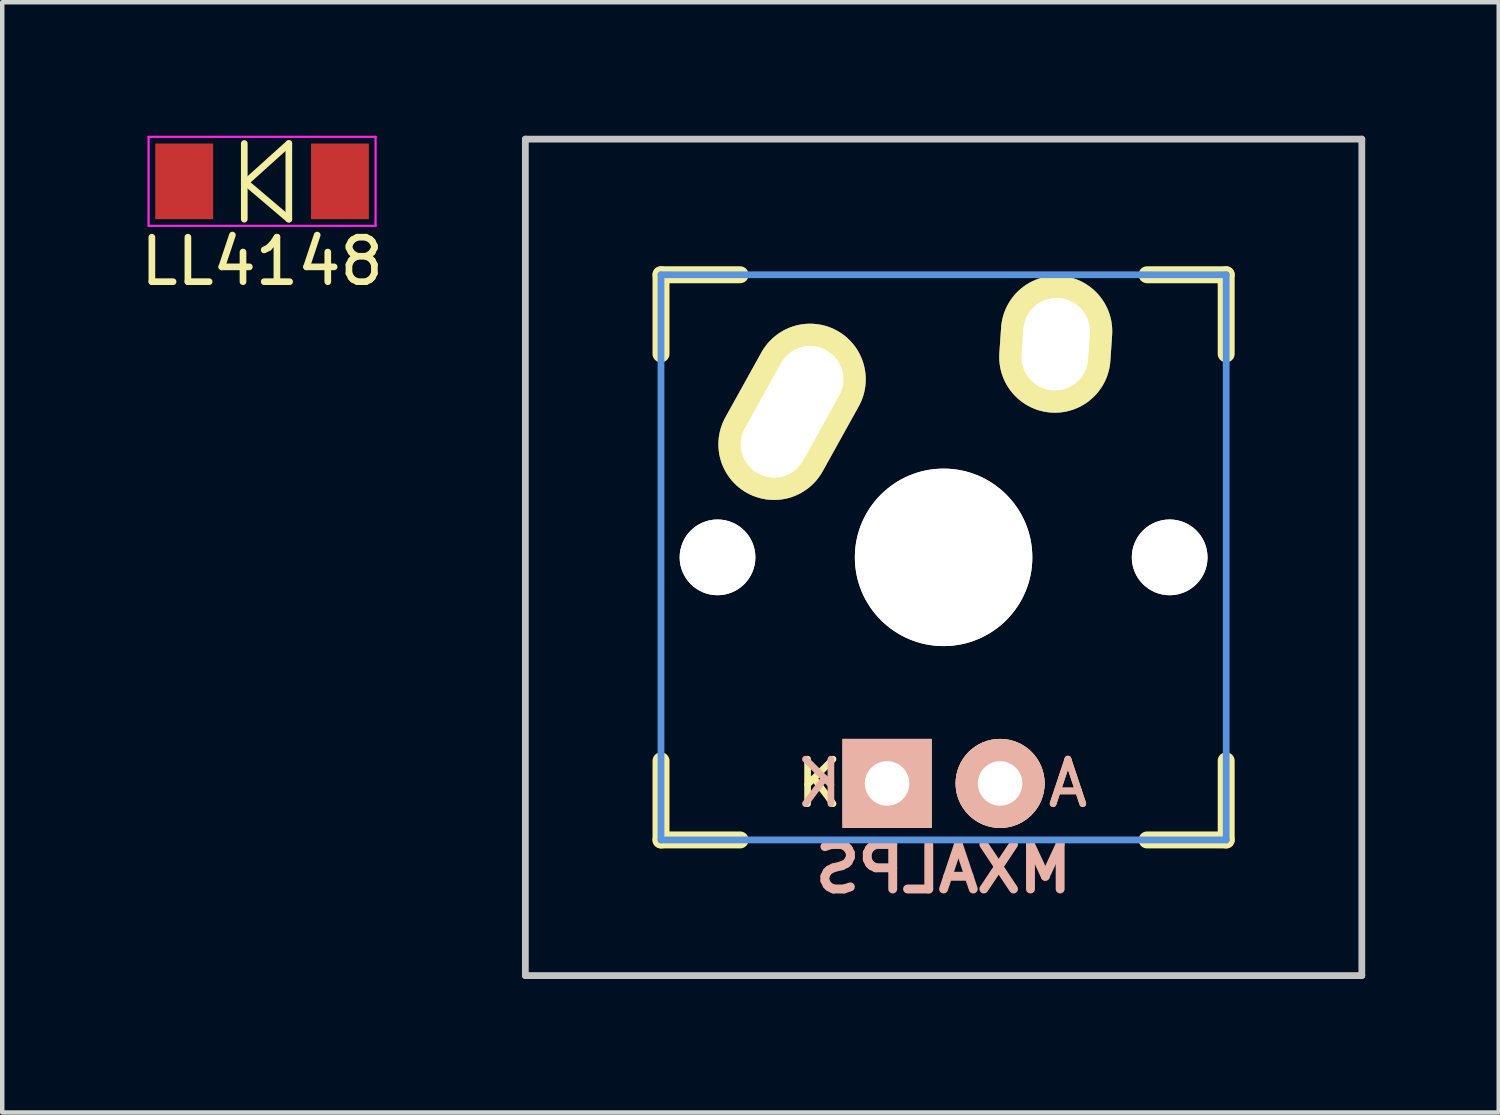
<source format=kicad_pcb>
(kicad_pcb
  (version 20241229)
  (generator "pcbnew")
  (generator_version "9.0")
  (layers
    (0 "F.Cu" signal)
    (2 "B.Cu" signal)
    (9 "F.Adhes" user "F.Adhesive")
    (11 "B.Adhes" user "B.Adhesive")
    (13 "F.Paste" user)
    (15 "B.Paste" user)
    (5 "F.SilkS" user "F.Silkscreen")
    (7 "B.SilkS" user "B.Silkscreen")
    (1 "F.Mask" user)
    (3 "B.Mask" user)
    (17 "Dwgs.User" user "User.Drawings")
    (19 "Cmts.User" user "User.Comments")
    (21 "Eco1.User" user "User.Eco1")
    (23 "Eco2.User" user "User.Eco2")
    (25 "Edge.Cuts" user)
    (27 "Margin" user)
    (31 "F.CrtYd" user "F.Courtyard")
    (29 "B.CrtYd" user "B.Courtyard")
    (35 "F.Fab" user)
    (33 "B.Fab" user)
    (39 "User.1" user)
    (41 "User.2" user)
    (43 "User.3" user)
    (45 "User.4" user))
  (footprint "LL4148"
    (layer "F.Cu")
    (at 2.839 1.025)
    (property "Reference" "LL4148" (at 0 1.8 0) (layer "F.SilkS") (effects (font (size 1 1) (thickness 0.15))))
    (attr smd)
    (fp_line (start -0.4 -0.85) (end -0.4 0.85) (stroke (width 0.15) (type solid)) (layer "F.SilkS"))
    (fp_line (start -0.4 0.051) (end 0.601 -0.85) (stroke (width 0.15) (type solid)) (layer "F.SilkS"))
    (fp_line (start 0.601 -0.85) (end 0.601 0.85) (stroke (width 0.15) (type solid)) (layer "F.SilkS"))
    (fp_line (start 0.601 0.85) (end -0.4 0) (stroke (width 0.15) (type solid)) (layer "F.SilkS"))
    (fp_line (start -2.55 -1) (end 2.55 -1) (stroke (width 0.05) (type solid)) (layer "F.CrtYd"))
    (fp_line (start -2.55 1) (end -2.55 -1) (stroke (width 0.05) (type solid)) (layer "F.CrtYd"))
    (fp_line (start 2.55 -1) (end 2.55 1) (stroke (width 0.05) (type solid)) (layer "F.CrtYd"))
    (fp_line (start 2.55 1) (end -2.55 1) (stroke (width 0.05) (type solid)) (layer "F.CrtYd"))
    (pad "1" smd rect (at -1.75 0) (size 1.3 1.699) (layers "F.Cu" "F.Mask" "F.Paste"))
    (pad "2" smd rect (at 1.75 0) (size 1.3 1.699) (layers "F.Cu" "F.Mask" "F.Paste")))
  (footprint "MXALPS"
    (layer "F.Cu")
    (at 18.153 9.474)
    (property "Reference" "MXALPS" (at 0 7 180) (layer "B.SilkS") (effects (font (size 1 1) (thickness 0.2)) (justify mirror)))
    (attr through_hole)
    (fp_line (start -6.35 -6.35) (end -4.572 -6.35) (stroke (width 0.381) (type solid)) (layer "F.SilkS"))
    (fp_line (start -6.35 -4.572) (end -6.35 -6.35) (stroke (width 0.381) (type solid)) (layer "F.SilkS"))
    (fp_line (start -6.35 6.35) (end -6.35 4.572) (stroke (width 0.381) (type solid)) (layer "F.SilkS"))
    (fp_line (start -4.572 6.35) (end -6.35 6.35) (stroke (width 0.381) (type solid)) (layer "F.SilkS"))
    (fp_line (start 4.572 -6.35) (end 6.35 -6.35) (stroke (width 0.381) (type solid)) (layer "F.SilkS"))
    (fp_line (start 6.35 -6.35) (end 6.35 -4.572) (stroke (width 0.381) (type solid)) (layer "F.SilkS"))
    (fp_line (start 6.35 4.572) (end 6.35 6.35) (stroke (width 0.381) (type solid)) (layer "F.SilkS"))
    (fp_line (start 6.35 6.35) (end 4.572 6.35) (stroke (width 0.381) (type solid)) (layer "F.SilkS"))
    (fp_line (start -9.398 -9.398) (end 9.398 -9.398) (stroke (width 0.152) (type solid)) (layer "Dwgs.User"))
    (fp_line (start -9.398 9.398) (end -9.398 -9.398) (stroke (width 0.152) (type solid)) (layer "Dwgs.User"))
    (fp_line (start 9.398 -9.398) (end 9.398 9.398) (stroke (width 0.152) (type solid)) (layer "Dwgs.User"))
    (fp_line (start 9.398 9.398) (end -9.398 9.398) (stroke (width 0.152) (type solid)) (layer "Dwgs.User"))
    (fp_line (start -6.35 -6.35) (end 6.35 -6.35) (stroke (width 0.152) (type solid)) (layer "Cmts.User"))
    (fp_line (start -6.35 6.35) (end -6.35 -6.35) (stroke (width 0.152) (type solid)) (layer "Cmts.User"))
    (fp_line (start 6.35 -6.35) (end 6.35 6.35) (stroke (width 0.152) (type solid)) (layer "Cmts.User"))
    (fp_line (start 6.35 6.35) (end -6.35 6.35) (stroke (width 0.152) (type solid)) (layer "Cmts.User"))
    (fp_line (start -7.75 -6.4) (end -6.985 -6.4) (stroke (width 0.152) (type solid)) (layer "Eco2.User"))
    (fp_line (start -7.75 6.4) (end -7.75 -6.4) (stroke (width 0.152) (type solid)) (layer "Eco2.User"))
    (fp_line (start -7.75 6.4) (end -6.985 6.4) (stroke (width 0.152) (type solid)) (layer "Eco2.User"))
    (fp_line (start -6.985 -6.985) (end 6.985 -6.985) (stroke (width 0.152) (type solid)) (layer "Eco2.User"))
    (fp_line (start -6.985 -6.4) (end -6.985 -6.985) (stroke (width 0.152) (type solid)) (layer "Eco2.User"))
    (fp_line (start -6.985 6.4) (end -6.985 6.985) (stroke (width 0.152) (type solid)) (layer "Eco2.User"))
    (fp_line (start 6.985 -6.4) (end 6.985 -6.985) (stroke (width 0.152) (type solid)) (layer "Eco2.User"))
    (fp_line (start 6.985 6.4) (end 7.75 6.4) (stroke (width 0.152) (type solid)) (layer "Eco2.User"))
    (fp_line (start 6.985 6.985) (end -6.985 6.985) (stroke (width 0.152) (type solid)) (layer "Eco2.User"))
    (fp_line (start 6.985 6.985) (end 6.985 6.4) (stroke (width 0.152) (type solid)) (layer "Eco2.User"))
    (fp_line (start 7.75 -6.4) (end 6.985 -6.4) (stroke (width 0.152) (type solid)) (layer "Eco2.User"))
    (fp_line (start 7.75 6.4) (end 7.75 -6.4) (stroke (width 0.152) (type solid)) (layer "Eco2.User"))
    (fp_text user "K" (at -2.794 5.08 180) (layer "F.SilkS") (effects (font (size 1 1) (thickness 0.15))))
    (fp_text user "A" (at 2.794 5.08 180) (layer "F.SilkS") (effects (font (size 1 1) (thickness 0.15))))
    (fp_text user "A" (at 2.794 5.08 180) (layer "B.SilkS") (effects (font (size 1 1) (thickness 0.15)) (justify mirror)))
    (fp_text user "K" (at -2.794 5.08 180) (layer "B.SilkS") (effects (font (size 1 1) (thickness 0.15)) (justify mirror)))
    (pad "" np_thru_hole circle (at -5.08 0 180) (size 1.702 1.702) (drill 1.702) (layers "*.Cu" "*.Mask" "F.SilkS"))
    (pad "" np_thru_hole circle (at 0 0 180) (size 3.988 3.988) (drill 3.988) (layers "*.Cu" "*.Mask" "F.SilkS"))
    (pad "" np_thru_hole circle (at 5.08 0 180) (size 1.702 1.702) (drill 1.702) (layers "*.Cu" "*.Mask" "F.SilkS"))
    (pad "A" thru_hole circle (at 1.27 5.08 180) (size 2 2) (drill 1) (layers "*.Cu" "*.SilkS" "*.Mask"))
    (pad "K" thru_hole rect (at -1.27 5.08 180) (size 2 2) (drill 1) (layers "*.Cu" "*.SilkS" "*.Mask"))
    (pad "SW1" thru_hole oval (at -3.405 -3.27 150.95) (size 2.5 4.17) (drill oval 1.5 3.17) (layers "*.Cu" "*.Mask" "F.SilkS"))
    (pad "SW2" thru_hole oval (at 2.52 -4.79 176.1) (size 2.5 3.08) (drill oval 1.5 2.08) (layers "*.Cu" "*.Mask" "F.SilkS")))
  (gr_rect
    (start -3 -3)
    (end 30.627 21.948)
    (stroke (width 0.1) (type default))
    (fill no)
    (layer "Edge.Cuts")))
</source>
